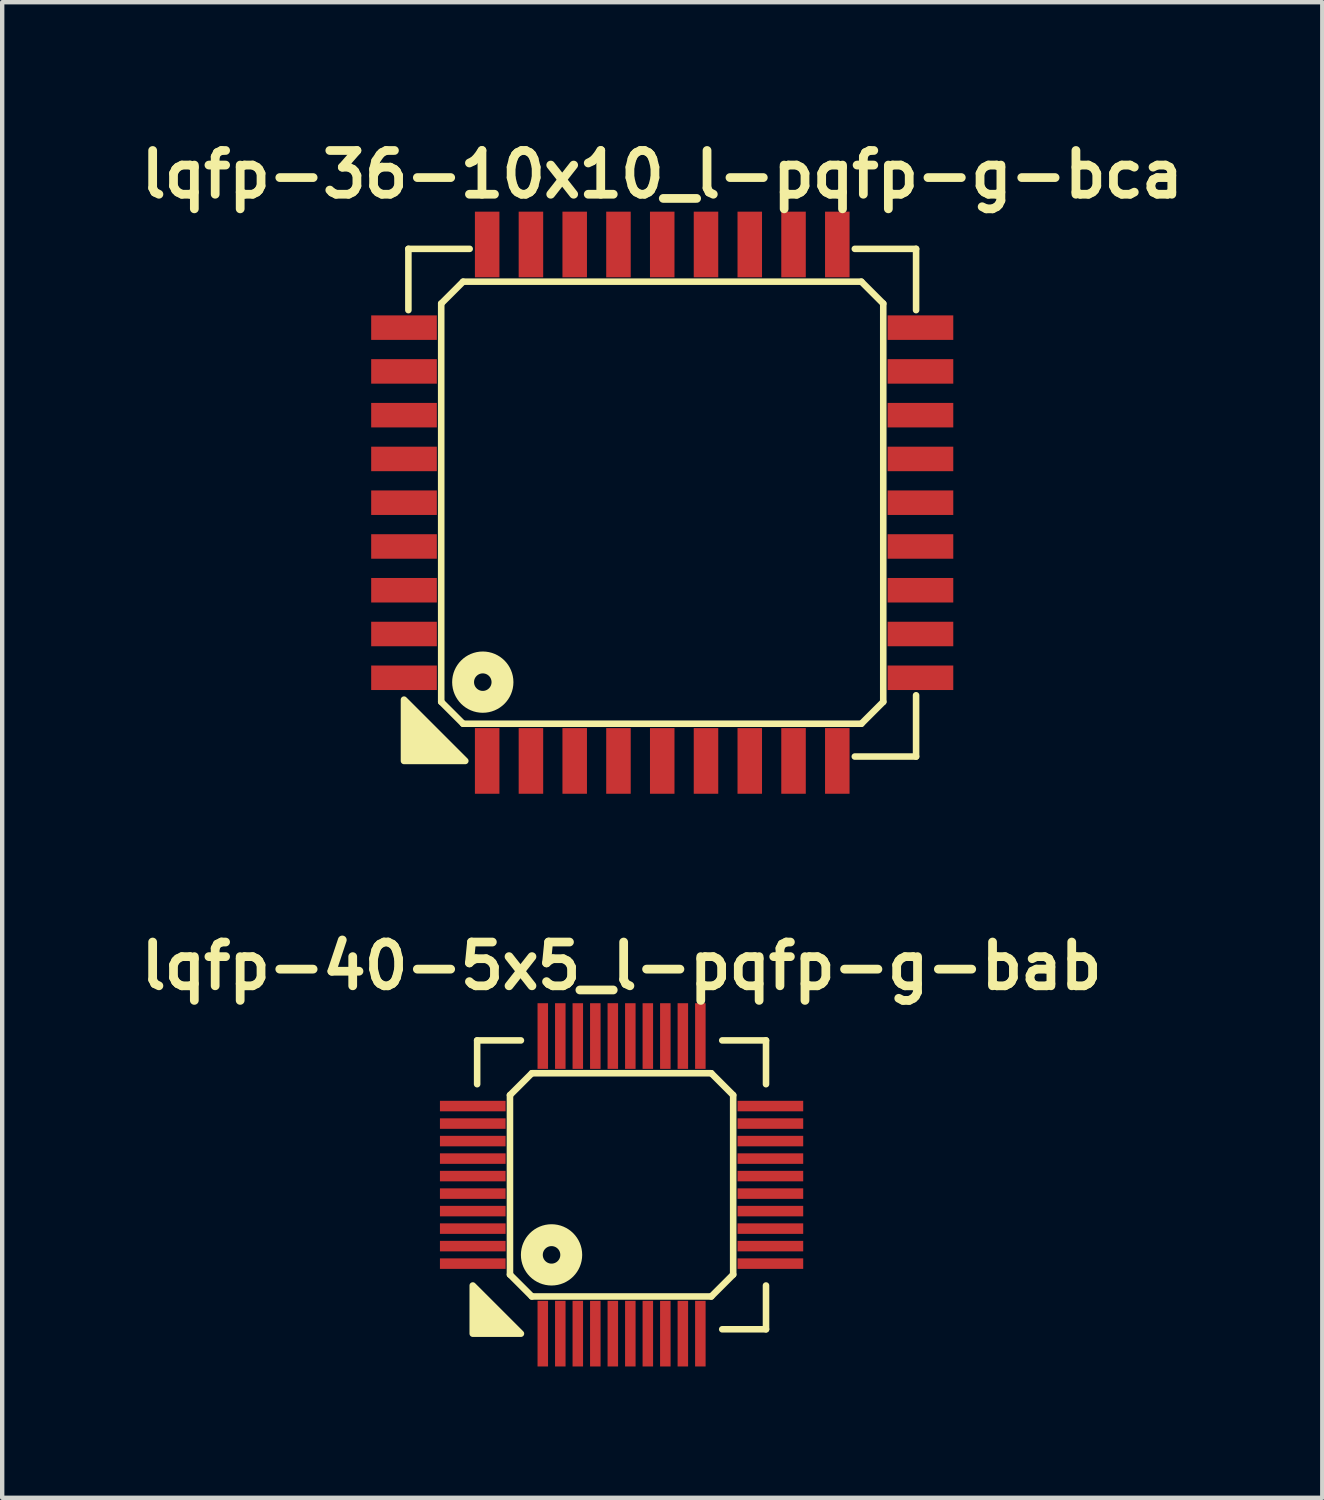
<source format=kicad_pcb>
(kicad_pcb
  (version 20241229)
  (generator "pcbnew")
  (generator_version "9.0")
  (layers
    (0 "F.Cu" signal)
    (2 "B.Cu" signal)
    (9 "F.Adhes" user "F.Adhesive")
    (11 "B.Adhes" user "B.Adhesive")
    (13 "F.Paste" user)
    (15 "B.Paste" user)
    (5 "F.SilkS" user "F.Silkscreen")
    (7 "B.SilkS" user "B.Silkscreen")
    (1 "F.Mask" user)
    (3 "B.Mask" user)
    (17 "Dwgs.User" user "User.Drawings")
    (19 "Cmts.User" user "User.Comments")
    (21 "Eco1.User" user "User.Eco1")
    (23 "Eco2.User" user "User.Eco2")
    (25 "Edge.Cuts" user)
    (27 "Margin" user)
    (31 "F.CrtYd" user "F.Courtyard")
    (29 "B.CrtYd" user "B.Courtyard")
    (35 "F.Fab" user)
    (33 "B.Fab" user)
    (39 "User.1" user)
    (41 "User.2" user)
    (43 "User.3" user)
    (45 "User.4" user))
  (footprint "lqfp-40-5x5_l-pqfp-g-bab"
    (layer "F.Cu")
    (at 11.152 24.022)
    (property "Reference" "lqfp-40-5x5_l-pqfp-g-bab" (at 0 -5 0) (layer "F.SilkS") (effects (font (size 1 1) (thickness 0.2))))
    (attr smd)
    (fp_line (start -3.3 -3.3) (end -2.3 -3.3) (stroke (width 0.15) (type solid)) (layer "F.SilkS"))
    (fp_line (start -3.3 -2.3) (end -3.3 -3.3) (stroke (width 0.15) (type solid)) (layer "F.SilkS"))
    (fp_line (start -2.55 -2.05) (end -2.05 -2.55) (stroke (width 0.15) (type solid)) (layer "F.SilkS"))
    (fp_line (start -2.55 2.05) (end -2.55 -2.05) (stroke (width 0.15) (type solid)) (layer "F.SilkS"))
    (fp_line (start -2.05 -2.55) (end 2.05 -2.55) (stroke (width 0.15) (type solid)) (layer "F.SilkS"))
    (fp_line (start -2.05 2.55) (end -2.55 2.05) (stroke (width 0.15) (type solid)) (layer "F.SilkS"))
    (fp_line (start 2.05 -2.55) (end 2.55 -2.05) (stroke (width 0.15) (type solid)) (layer "F.SilkS"))
    (fp_line (start 2.05 2.55) (end -2.05 2.55) (stroke (width 0.15) (type solid)) (layer "F.SilkS"))
    (fp_line (start 2.3 -3.3) (end 3.3 -3.3) (stroke (width 0.15) (type solid)) (layer "F.SilkS"))
    (fp_line (start 2.55 -2.05) (end 2.55 2.05) (stroke (width 0.15) (type solid)) (layer "F.SilkS"))
    (fp_line (start 2.55 2.05) (end 2.05 2.55) (stroke (width 0.15) (type solid)) (layer "F.SilkS"))
    (fp_line (start 3.3 -3.3) (end 3.3 -2.3) (stroke (width 0.15) (type solid)) (layer "F.SilkS"))
    (fp_line (start 3.3 2.3) (end 3.3 3.3) (stroke (width 0.15) (type solid)) (layer "F.SilkS"))
    (fp_line (start 3.3 3.3) (end 2.3 3.3) (stroke (width 0.15) (type solid)) (layer "F.SilkS"))
    (fp_circle (center -1.6 1.6) (end -1.4 1.6) (stroke (width 0.5) (type solid)) (fill no) (layer "F.SilkS"))
    (fp_poly (pts (xy -2.3 3.4) (xy -3.4 3.4) (xy -3.4 2.3)) (stroke (width 0.15) (type solid)) (fill yes) (layer "F.SilkS"))
    (pad "1" smd rect (at -1.8 3.4) (size 0.24 1.5) (layers "F.Cu" "F.Mask" "F.Paste"))
    (pad "2" smd rect (at -1.4 3.4) (size 0.24 1.5) (layers "F.Cu" "F.Mask" "F.Paste"))
    (pad "3" smd rect (at -1 3.4) (size 0.24 1.5) (layers "F.Cu" "F.Mask" "F.Paste"))
    (pad "4" smd rect (at -0.6 3.4) (size 0.24 1.5) (layers "F.Cu" "F.Mask" "F.Paste"))
    (pad "5" smd rect (at -0.2 3.4) (size 0.24 1.5) (layers "F.Cu" "F.Mask" "F.Paste"))
    (pad "6" smd rect (at 0.2 3.4) (size 0.24 1.5) (layers "F.Cu" "F.Mask" "F.Paste"))
    (pad "7" smd rect (at 0.6 3.4) (size 0.24 1.5) (layers "F.Cu" "F.Mask" "F.Paste"))
    (pad "8" smd rect (at 1 3.4) (size 0.24 1.5) (layers "F.Cu" "F.Mask" "F.Paste"))
    (pad "9" smd rect (at 1.4 3.4) (size 0.24 1.5) (layers "F.Cu" "F.Mask" "F.Paste"))
    (pad "10" smd rect (at 1.8 3.4) (size 0.24 1.5) (layers "F.Cu" "F.Mask" "F.Paste"))
    (pad "11" smd rect (at 3.4 1.8) (size 1.5 0.24) (layers "F.Cu" "F.Mask" "F.Paste"))
    (pad "12" smd rect (at 3.4 1.4) (size 1.5 0.24) (layers "F.Cu" "F.Mask" "F.Paste"))
    (pad "13" smd rect (at 3.4 1) (size 1.5 0.24) (layers "F.Cu" "F.Mask" "F.Paste"))
    (pad "14" smd rect (at 3.4 0.6) (size 1.5 0.24) (layers "F.Cu" "F.Mask" "F.Paste"))
    (pad "15" smd rect (at 3.4 0.2) (size 1.5 0.24) (layers "F.Cu" "F.Mask" "F.Paste"))
    (pad "16" smd rect (at 3.4 -0.2) (size 1.5 0.24) (layers "F.Cu" "F.Mask" "F.Paste"))
    (pad "17" smd rect (at 3.4 -0.6) (size 1.5 0.24) (layers "F.Cu" "F.Mask" "F.Paste"))
    (pad "18" smd rect (at 3.4 -1) (size 1.5 0.24) (layers "F.Cu" "F.Mask" "F.Paste"))
    (pad "19" smd rect (at 3.4 -1.4) (size 1.5 0.24) (layers "F.Cu" "F.Mask" "F.Paste"))
    (pad "20" smd rect (at 3.4 -1.8) (size 1.5 0.24) (layers "F.Cu" "F.Mask" "F.Paste"))
    (pad "21" smd rect (at 1.8 -3.4) (size 0.24 1.5) (layers "F.Cu" "F.Mask" "F.Paste"))
    (pad "22" smd rect (at 1.4 -3.4) (size 0.24 1.5) (layers "F.Cu" "F.Mask" "F.Paste"))
    (pad "23" smd rect (at 1 -3.4) (size 0.24 1.5) (layers "F.Cu" "F.Mask" "F.Paste"))
    (pad "24" smd rect (at 0.6 -3.4) (size 0.24 1.5) (layers "F.Cu" "F.Mask" "F.Paste"))
    (pad "25" smd rect (at 0.2 -3.4) (size 0.24 1.5) (layers "F.Cu" "F.Mask" "F.Paste"))
    (pad "26" smd rect (at -0.2 -3.4) (size 0.24 1.5) (layers "F.Cu" "F.Mask" "F.Paste"))
    (pad "27" smd rect (at -0.6 -3.4) (size 0.24 1.5) (layers "F.Cu" "F.Mask" "F.Paste"))
    (pad "28" smd rect (at -1 -3.4) (size 0.24 1.5) (layers "F.Cu" "F.Mask" "F.Paste"))
    (pad "29" smd rect (at -1.4 -3.4) (size 0.24 1.5) (layers "F.Cu" "F.Mask" "F.Paste"))
    (pad "30" smd rect (at -1.8 -3.4) (size 0.24 1.5) (layers "F.Cu" "F.Mask" "F.Paste"))
    (pad "31" smd rect (at -3.4 -1.8) (size 1.5 0.24) (layers "F.Cu" "F.Mask" "F.Paste"))
    (pad "32" smd rect (at -3.4 -1.4) (size 1.5 0.24) (layers "F.Cu" "F.Mask" "F.Paste"))
    (pad "33" smd rect (at -3.4 -1) (size 1.5 0.24) (layers "F.Cu" "F.Mask" "F.Paste"))
    (pad "34" smd rect (at -3.4 -0.6) (size 1.5 0.24) (layers "F.Cu" "F.Mask" "F.Paste"))
    (pad "35" smd rect (at -3.4 -0.2) (size 1.5 0.24) (layers "F.Cu" "F.Mask" "F.Paste"))
    (pad "36" smd rect (at -3.4 0.2) (size 1.5 0.24) (layers "F.Cu" "F.Mask" "F.Paste"))
    (pad "37" smd rect (at -3.4 0.6) (size 1.5 0.24) (layers "F.Cu" "F.Mask" "F.Paste"))
    (pad "38" smd rect (at -3.4 1) (size 1.5 0.24) (layers "F.Cu" "F.Mask" "F.Paste"))
    (pad "39" smd rect (at -3.4 1.4) (size 1.5 0.24) (layers "F.Cu" "F.Mask" "F.Paste"))
    (pad "40" smd rect (at -3.4 1.8) (size 1.5 0.24) (layers "F.Cu" "F.Mask" "F.Paste")))
  (footprint "lqfp-36-10x10_l-pqfp-g-bca"
    (layer "F.Cu")
    (at 12.081 8.436)
    (property "Reference" "lqfp-36-10x10_l-pqfp-g-bca" (at 0 -7.5 0) (layer "F.SilkS") (effects (font (size 1 1) (thickness 0.2))))
    (attr smd)
    (fp_line (start -5.8 -5.8) (end -4.4 -5.8) (stroke (width 0.15) (type solid)) (layer "F.SilkS"))
    (fp_line (start -5.8 -4.4) (end -5.8 -5.8) (stroke (width 0.15) (type solid)) (layer "F.SilkS"))
    (fp_line (start -5.05 -4.55) (end -4.55 -5.05) (stroke (width 0.15) (type solid)) (layer "F.SilkS"))
    (fp_line (start -5.05 4.55) (end -5.05 -4.55) (stroke (width 0.15) (type solid)) (layer "F.SilkS"))
    (fp_line (start -4.55 -5.05) (end 4.55 -5.05) (stroke (width 0.15) (type solid)) (layer "F.SilkS"))
    (fp_line (start -4.55 5.05) (end -5.05 4.55) (stroke (width 0.15) (type solid)) (layer "F.SilkS"))
    (fp_line (start 4.4 -5.8) (end 5.8 -5.8) (stroke (width 0.15) (type solid)) (layer "F.SilkS"))
    (fp_line (start 4.55 -5.05) (end 5.05 -4.55) (stroke (width 0.15) (type solid)) (layer "F.SilkS"))
    (fp_line (start 4.55 5.05) (end -4.55 5.05) (stroke (width 0.15) (type solid)) (layer "F.SilkS"))
    (fp_line (start 5.05 -4.55) (end 5.05 4.55) (stroke (width 0.15) (type solid)) (layer "F.SilkS"))
    (fp_line (start 5.05 4.55) (end 4.55 5.05) (stroke (width 0.15) (type solid)) (layer "F.SilkS"))
    (fp_line (start 5.8 -5.8) (end 5.8 -4.4) (stroke (width 0.15) (type solid)) (layer "F.SilkS"))
    (fp_line (start 5.8 4.4) (end 5.8 5.8) (stroke (width 0.15) (type solid)) (layer "F.SilkS"))
    (fp_line (start 5.8 5.8) (end 4.4 5.8) (stroke (width 0.15) (type solid)) (layer "F.SilkS"))
    (fp_circle (center -4.1 4.1) (end -3.9 4.1) (stroke (width 0.5) (type solid)) (fill no) (layer "F.SilkS"))
    (fp_poly (pts (xy -4.5 5.9) (xy -5.9 5.9) (xy -5.9 4.5)) (stroke (width 0.15) (type solid)) (fill yes) (layer "F.SilkS"))
    (pad "1" smd rect (at -4 5.9) (size 0.56 1.5) (layers "F.Cu" "F.Mask" "F.Paste"))
    (pad "2" smd rect (at -3 5.9) (size 0.56 1.5) (layers "F.Cu" "F.Mask" "F.Paste"))
    (pad "3" smd rect (at -2 5.9) (size 0.56 1.5) (layers "F.Cu" "F.Mask" "F.Paste"))
    (pad "4" smd rect (at -1 5.9) (size 0.56 1.5) (layers "F.Cu" "F.Mask" "F.Paste"))
    (pad "5" smd rect (at 0 5.9) (size 0.56 1.5) (layers "F.Cu" "F.Mask" "F.Paste"))
    (pad "6" smd rect (at 1 5.9) (size 0.56 1.5) (layers "F.Cu" "F.Mask" "F.Paste"))
    (pad "7" smd rect (at 2 5.9) (size 0.56 1.5) (layers "F.Cu" "F.Mask" "F.Paste"))
    (pad "8" smd rect (at 3 5.9) (size 0.56 1.5) (layers "F.Cu" "F.Mask" "F.Paste"))
    (pad "9" smd rect (at 4 5.9) (size 0.56 1.5) (layers "F.Cu" "F.Mask" "F.Paste"))
    (pad "10" smd rect (at 5.9 4) (size 1.5 0.56) (layers "F.Cu" "F.Mask" "F.Paste"))
    (pad "11" smd rect (at 5.9 3) (size 1.5 0.56) (layers "F.Cu" "F.Mask" "F.Paste"))
    (pad "12" smd rect (at 5.9 2) (size 1.5 0.56) (layers "F.Cu" "F.Mask" "F.Paste"))
    (pad "13" smd rect (at 5.9 1) (size 1.5 0.56) (layers "F.Cu" "F.Mask" "F.Paste"))
    (pad "14" smd rect (at 5.9 0) (size 1.5 0.56) (layers "F.Cu" "F.Mask" "F.Paste"))
    (pad "15" smd rect (at 5.9 -1) (size 1.5 0.56) (layers "F.Cu" "F.Mask" "F.Paste"))
    (pad "16" smd rect (at 5.9 -2) (size 1.5 0.56) (layers "F.Cu" "F.Mask" "F.Paste"))
    (pad "17" smd rect (at 5.9 -3) (size 1.5 0.56) (layers "F.Cu" "F.Mask" "F.Paste"))
    (pad "18" smd rect (at 5.9 -4) (size 1.5 0.56) (layers "F.Cu" "F.Mask" "F.Paste"))
    (pad "19" smd rect (at 4 -5.9) (size 0.56 1.5) (layers "F.Cu" "F.Mask" "F.Paste"))
    (pad "20" smd rect (at 3 -5.9) (size 0.56 1.5) (layers "F.Cu" "F.Mask" "F.Paste"))
    (pad "21" smd rect (at 2 -5.9) (size 0.56 1.5) (layers "F.Cu" "F.Mask" "F.Paste"))
    (pad "22" smd rect (at 1 -5.9) (size 0.56 1.5) (layers "F.Cu" "F.Mask" "F.Paste"))
    (pad "23" smd rect (at 0 -5.9) (size 0.56 1.5) (layers "F.Cu" "F.Mask" "F.Paste"))
    (pad "24" smd rect (at -1 -5.9) (size 0.56 1.5) (layers "F.Cu" "F.Mask" "F.Paste"))
    (pad "25" smd rect (at -2 -5.9) (size 0.56 1.5) (layers "F.Cu" "F.Mask" "F.Paste"))
    (pad "26" smd rect (at -3 -5.9) (size 0.56 1.5) (layers "F.Cu" "F.Mask" "F.Paste"))
    (pad "27" smd rect (at -4 -5.9) (size 0.56 1.5) (layers "F.Cu" "F.Mask" "F.Paste"))
    (pad "28" smd rect (at -5.9 -4) (size 1.5 0.56) (layers "F.Cu" "F.Mask" "F.Paste"))
    (pad "29" smd rect (at -5.9 -3) (size 1.5 0.56) (layers "F.Cu" "F.Mask" "F.Paste"))
    (pad "30" smd rect (at -5.9 -2) (size 1.5 0.56) (layers "F.Cu" "F.Mask" "F.Paste"))
    (pad "31" smd rect (at -5.9 -1) (size 1.5 0.56) (layers "F.Cu" "F.Mask" "F.Paste"))
    (pad "32" smd rect (at -5.9 0) (size 1.5 0.56) (layers "F.Cu" "F.Mask" "F.Paste"))
    (pad "33" smd rect (at -5.9 1) (size 1.5 0.56) (layers "F.Cu" "F.Mask" "F.Paste"))
    (pad "34" smd rect (at -5.9 2) (size 1.5 0.56) (layers "F.Cu" "F.Mask" "F.Paste"))
    (pad "35" smd rect (at -5.9 3) (size 1.5 0.56) (layers "F.Cu" "F.Mask" "F.Paste"))
    (pad "36" smd rect (at -5.9 4) (size 1.5 0.56) (layers "F.Cu" "F.Mask" "F.Paste")))
  (gr_rect
    (start -3 -3)
    (end 27.162 31.172)
    (stroke (width 0.1) (type default))
    (fill no)
    (layer "Edge.Cuts")))
</source>
